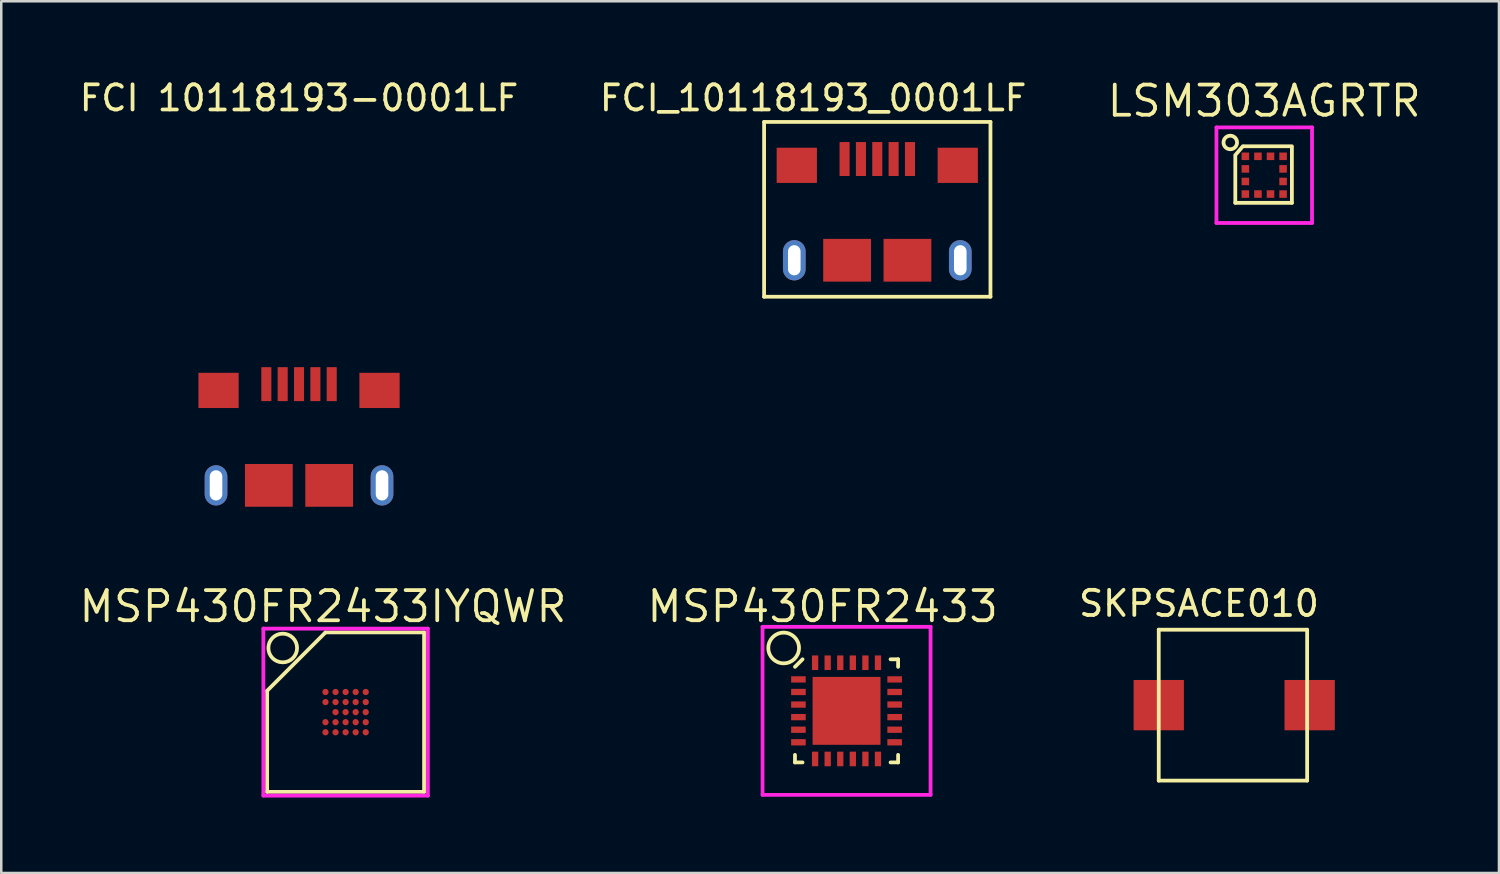
<source format=kicad_pcb>
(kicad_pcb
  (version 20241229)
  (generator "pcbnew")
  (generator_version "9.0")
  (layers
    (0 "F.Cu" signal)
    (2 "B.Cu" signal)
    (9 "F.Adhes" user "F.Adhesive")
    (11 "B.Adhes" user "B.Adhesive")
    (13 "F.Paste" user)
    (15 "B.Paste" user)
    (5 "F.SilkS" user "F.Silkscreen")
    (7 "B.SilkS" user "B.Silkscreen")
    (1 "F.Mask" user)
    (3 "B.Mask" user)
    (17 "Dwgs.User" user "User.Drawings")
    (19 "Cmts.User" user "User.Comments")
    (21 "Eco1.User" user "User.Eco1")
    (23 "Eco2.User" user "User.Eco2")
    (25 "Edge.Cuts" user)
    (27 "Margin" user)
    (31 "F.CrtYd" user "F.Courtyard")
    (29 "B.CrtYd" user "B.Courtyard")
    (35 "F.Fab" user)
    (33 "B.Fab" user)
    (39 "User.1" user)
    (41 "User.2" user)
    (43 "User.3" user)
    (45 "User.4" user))
  (footprint "FCI 10118193-0001LF"
    (layer "F.Cu")
    (at 8.839 16.248)
    (property "Reference" "FCI 10118193-0001LF" (at 0 -15.4 0) (layer "F.SilkS") (effects (font (size 1 1) (thickness 0.15))))
    (attr through_hole)
    (pad "1" smd rect (at -1.3 -4.025) (size 0.4 1.35) (layers "F.Cu" "F.Mask" "F.Paste"))
    (pad "2" smd rect (at -0.65 -4.025) (size 0.4 1.35) (layers "F.Cu" "F.Mask" "F.Paste"))
    (pad "3" smd rect (at 0 -4.025) (size 0.4 1.35) (layers "F.Cu" "F.Mask" "F.Paste"))
    (pad "4" smd rect (at 0.65 -4.025) (size 0.4 1.35) (layers "F.Cu" "F.Mask" "F.Paste"))
    (pad "5" smd rect (at 1.3 -4.025) (size 0.4 1.35) (layers "F.Cu" "F.Mask" "F.Paste"))
    (pad "6" thru_hole oval (at -3.3 0) (size 0.9 1.6) (drill oval 0.5 1.2) (layers "*.Cu" "*.Mask"))
    (pad "6" smd rect (at -3.2 -3.775) (size 1.6 1.4) (layers "F.Cu" "F.Mask" "F.Paste"))
    (pad "6" smd rect (at -1.2 0) (size 1.9 1.7) (layers "F.Cu" "F.Mask" "F.Paste"))
    (pad "6" smd rect (at 1.2 0) (size 1.9 1.7) (layers "F.Cu" "F.Mask" "F.Paste"))
    (pad "6" smd rect (at 3.2 -3.775) (size 1.6 1.4) (layers "F.Cu" "F.Mask" "F.Paste"))
    (pad "6" thru_hole oval (at 3.3 0) (size 0.9 1.6) (drill oval 0.5 1.2) (layers "*.Cu" "*.Mask")))
  (footprint "MSP430FR2433IYQWR"
    (layer "F.Cu")
    (at 10.691 25.264)
    (property "Reference" "MSP430FR2433IYQWR" (at -0.9 -4.2 0) (layer "F.SilkS") (effects (font (size 1.2 1.2) (thickness 0.15))))
    (attr through_hole)
    (fp_line (start -3.12 -0.85) (end -3.12 3.17) (stroke (width 0.15) (type solid)) (layer "F.SilkS"))
    (fp_line (start -3.12 3.17) (end 3.12 3.17) (stroke (width 0.15) (type solid)) (layer "F.SilkS"))
    (fp_line (start -0.8 -3.17) (end -3.12 -0.85) (stroke (width 0.15) (type solid)) (layer "F.SilkS"))
    (fp_line (start 3.12 -3.17) (end -0.8 -3.17) (stroke (width 0.15) (type solid)) (layer "F.SilkS"))
    (fp_line (start 3.12 3.17) (end 3.12 -3.17) (stroke (width 0.15) (type solid)) (layer "F.SilkS"))
    (fp_circle (center -2.5 -2.55) (end -2.15 -2.1) (stroke (width 0.15) (type solid)) (fill no) (layer "F.SilkS"))
    (fp_line (start -3.27 -3.32) (end 3.27 -3.32) (stroke (width 0.15) (type solid)) (layer "F.CrtYd"))
    (fp_line (start -3.27 3.32) (end -3.27 -3.32) (stroke (width 0.15) (type solid)) (layer "F.CrtYd"))
    (fp_line (start 3.27 -3.32) (end 3.27 3.32) (stroke (width 0.15) (type solid)) (layer "F.CrtYd"))
    (fp_line (start 3.27 3.32) (end -3.27 3.32) (stroke (width 0.15) (type solid)) (layer "F.CrtYd"))
    (pad "A1" smd circle (at -0.8 -0.8) (size 0.25 0.25) (layers "F.Cu" "F.Mask" "F.Paste"))
    (pad "A2" smd circle (at -0.4 -0.8) (size 0.25 0.25) (layers "F.Cu" "F.Mask" "F.Paste"))
    (pad "A3" smd circle (at 0 -0.8) (size 0.25 0.25) (layers "F.Cu" "F.Mask" "F.Paste"))
    (pad "A4" smd circle (at 0.4 -0.8) (size 0.25 0.25) (layers "F.Cu" "F.Mask" "F.Paste"))
    (pad "A5" smd circle (at 0.8 -0.8) (size 0.25 0.25) (layers "F.Cu" "F.Mask" "F.Paste"))
    (pad "B1" smd circle (at -0.8 -0.4) (size 0.25 0.25) (layers "F.Cu" "F.Mask" "F.Paste"))
    (pad "B2" smd circle (at -0.4 -0.4) (size 0.25 0.25) (layers "F.Cu" "F.Mask" "F.Paste"))
    (pad "B3" smd circle (at 0 -0.4) (size 0.25 0.25) (layers "F.Cu" "F.Mask" "F.Paste"))
    (pad "B4" smd circle (at 0.4 -0.4) (size 0.25 0.25) (layers "F.Cu" "F.Mask" "F.Paste"))
    (pad "B5" smd circle (at 0.8 -0.4) (size 0.25 0.25) (layers "F.Cu" "F.Mask" "F.Paste"))
    (pad "C2" smd circle (at -0.4 0) (size 0.25 0.25) (layers "F.Cu" "F.Mask" "F.Paste"))
    (pad "C3" smd circle (at 0 0) (size 0.25 0.25) (layers "F.Cu" "F.Mask" "F.Paste"))
    (pad "C4" smd circle (at 0.4 0) (size 0.25 0.25) (layers "F.Cu" "F.Mask" "F.Paste"))
    (pad "C5" smd circle (at 0.8 0) (size 0.25 0.25) (layers "F.Cu" "F.Mask" "F.Paste"))
    (pad "D1" smd circle (at -0.8 0.4) (size 0.25 0.25) (layers "F.Cu" "F.Mask" "F.Paste"))
    (pad "D2" smd circle (at -0.4 0.4) (size 0.25 0.25) (layers "F.Cu" "F.Mask" "F.Paste"))
    (pad "D3" smd circle (at 0 0.4) (size 0.25 0.25) (layers "F.Cu" "F.Mask" "F.Paste"))
    (pad "D4" smd circle (at 0.4 0.4) (size 0.25 0.25) (layers "F.Cu" "F.Mask" "F.Paste"))
    (pad "D5" smd circle (at 0.8 0.4) (size 0.25 0.25) (layers "F.Cu" "F.Mask" "F.Paste"))
    (pad "E1" smd circle (at -0.8 0.8) (size 0.25 0.25) (layers "F.Cu" "F.Mask" "F.Paste"))
    (pad "E2" smd circle (at -0.4 0.8) (size 0.25 0.25) (layers "F.Cu" "F.Mask" "F.Paste"))
    (pad "E3" smd circle (at 0 0.8) (size 0.25 0.25) (layers "F.Cu" "F.Mask" "F.Paste"))
    (pad "E4" smd circle (at 0.4 0.8) (size 0.25 0.25) (layers "F.Cu" "F.Mask" "F.Paste"))
    (pad "E5" smd circle (at 0.8 0.8) (size 0.25 0.25) (layers "F.Cu" "F.Mask" "F.Paste")))
  (footprint "SKPSACE010"
    (layer "F.Cu")
    (at 46.021 24.986)
    (property "Reference" "SKPSACE010" (at -1.4 -4.04 0) (layer "F.SilkS") (effects (font (size 1 1) (thickness 0.15))))
    (attr through_hole)
    (fp_line (start -3 -3) (end 2.9 -3) (stroke (width 0.15) (type solid)) (layer "F.SilkS"))
    (fp_line (start -3 3) (end -3 -3) (stroke (width 0.15) (type solid)) (layer "F.SilkS"))
    (fp_line (start -3 3) (end 2.9 3) (stroke (width 0.15) (type solid)) (layer "F.SilkS"))
    (fp_line (start 2.9 3) (end 2.9 -3) (stroke (width 0.15) (type solid)) (layer "F.SilkS"))
    (pad "1" smd rect (at 3 0) (size 2 2) (layers "F.Cu" "F.Mask" "F.Paste"))
    (pad "2" smd rect (at -3 0) (size 2 2) (layers "F.Cu" "F.Mask" "F.Paste")))
  (footprint "MSP430FR2433"
    (layer "F.Cu")
    (at 30.608 25.213)
    (property "Reference" "MSP430FR2433" (at -0.95 -4.15 0) (layer "F.SilkS") (effects (font (size 1.2 1.2) (thickness 0.15))))
    (attr through_hole)
    (fp_line (start -2.05 -1.75) (end -1.75 -2.05) (stroke (width 0.15) (type solid)) (layer "F.SilkS"))
    (fp_line (start -2.05 2.05) (end -2.05 1.75) (stroke (width 0.15) (type solid)) (layer "F.SilkS"))
    (fp_line (start -1.75 2.05) (end -2.05 2.05) (stroke (width 0.15) (type solid)) (layer "F.SilkS"))
    (fp_line (start 1.75 -2.05) (end 2.05 -2.05) (stroke (width 0.15) (type solid)) (layer "F.SilkS"))
    (fp_line (start 1.75 2.05) (end 2.05 2.05) (stroke (width 0.15) (type solid)) (layer "F.SilkS"))
    (fp_line (start 2.05 -2.05) (end 2.05 -1.75) (stroke (width 0.15) (type solid)) (layer "F.SilkS"))
    (fp_line (start 2.05 2.05) (end 2.05 1.75) (stroke (width 0.15) (type solid)) (layer "F.SilkS"))
    (fp_circle (center -2.5 -2.5) (end -2.15 -2) (stroke (width 0.15) (type solid)) (fill no) (layer "F.SilkS"))
    (fp_line (start -3.34 -3.34) (end 3.34 -3.34) (stroke (width 0.15) (type solid)) (layer "F.CrtYd"))
    (fp_line (start -3.34 3.34) (end -3.34 -3.34) (stroke (width 0.15) (type solid)) (layer "F.CrtYd"))
    (fp_line (start 3.34 -3.34) (end 3.34 3.34) (stroke (width 0.15) (type solid)) (layer "F.CrtYd"))
    (fp_line (start 3.34 3.34) (end -3.34 3.34) (stroke (width 0.15) (type solid)) (layer "F.CrtYd"))
    (pad "" smd rect (at 0 0) (size 2.7 2.7) (layers "F.Cu" "F.Mask" "F.Paste"))
    (pad "1" smd rect (at -1.913 -1.25 90) (size 0.25 0.58) (layers "F.Cu" "F.Mask" "F.Paste"))
    (pad "2" smd rect (at -1.913 -0.75 90) (size 0.25 0.58) (layers "F.Cu" "F.Mask" "F.Paste"))
    (pad "3" smd rect (at -1.913 -0.25 90) (size 0.25 0.58) (layers "F.Cu" "F.Mask" "F.Paste"))
    (pad "4" smd rect (at -1.913 0.25 90) (size 0.25 0.58) (layers "F.Cu" "F.Mask" "F.Paste"))
    (pad "5" smd rect (at -1.913 0.75 90) (size 0.25 0.58) (layers "F.Cu" "F.Mask" "F.Paste"))
    (pad "6" smd rect (at -1.913 1.25 90) (size 0.25 0.58) (layers "F.Cu" "F.Mask" "F.Paste"))
    (pad "7" smd rect (at -1.25 1.913) (size 0.25 0.58) (layers "F.Cu" "F.Mask" "F.Paste"))
    (pad "8" smd rect (at -0.75 1.913) (size 0.25 0.58) (layers "F.Cu" "F.Mask" "F.Paste"))
    (pad "9" smd rect (at -0.25 1.913) (size 0.25 0.58) (layers "F.Cu" "F.Mask" "F.Paste"))
    (pad "10" smd rect (at 0.25 1.913) (size 0.25 0.58) (layers "F.Cu" "F.Mask" "F.Paste"))
    (pad "11" smd rect (at 0.75 1.913) (size 0.25 0.58) (layers "F.Cu" "F.Mask" "F.Paste"))
    (pad "12" smd rect (at 1.25 1.913) (size 0.25 0.58) (layers "F.Cu" "F.Mask" "F.Paste"))
    (pad "13" smd rect (at 1.913 1.25 90) (size 0.25 0.58) (layers "F.Cu" "F.Mask" "F.Paste"))
    (pad "14" smd rect (at 1.913 0.75 90) (size 0.25 0.58) (layers "F.Cu" "F.Mask" "F.Paste"))
    (pad "15" smd rect (at 1.913 0.25 90) (size 0.25 0.58) (layers "F.Cu" "F.Mask" "F.Paste"))
    (pad "16" smd rect (at 1.913 -0.25 90) (size 0.25 0.58) (layers "F.Cu" "F.Mask" "F.Paste"))
    (pad "17" smd rect (at 1.913 -0.75 90) (size 0.25 0.58) (layers "F.Cu" "F.Mask" "F.Paste"))
    (pad "18" smd rect (at 1.913 -1.25 90) (size 0.25 0.58) (layers "F.Cu" "F.Mask" "F.Paste"))
    (pad "19" smd rect (at 1.25 -1.913) (size 0.25 0.58) (layers "F.Cu" "F.Mask" "F.Paste"))
    (pad "20" smd rect (at 0.75 -1.913) (size 0.25 0.58) (layers "F.Cu" "F.Mask" "F.Paste"))
    (pad "21" smd rect (at 0.25 -1.913) (size 0.25 0.58) (layers "F.Cu" "F.Mask" "F.Paste"))
    (pad "22" smd rect (at -0.25 -1.913) (size 0.25 0.58) (layers "F.Cu" "F.Mask" "F.Paste"))
    (pad "23" smd rect (at -0.75 -1.913) (size 0.25 0.58) (layers "F.Cu" "F.Mask" "F.Paste"))
    (pad "24" smd rect (at -1.25 -1.913) (size 0.25 0.58) (layers "F.Cu" "F.Mask" "F.Paste")))
  (footprint "LSM303AGRTR"
    (layer "F.Cu")
    (at 47.215 3.915)
    (property "Reference" "LSM303AGRTR" (at 0 -2.95 0) (layer "F.SilkS") (effects (font (size 1.2 1.2) (thickness 0.15))))
    (attr through_hole)
    (fp_line (start -1.15 -0.75) (end -1.15 1.1) (stroke (width 0.15) (type solid)) (layer "F.SilkS"))
    (fp_line (start -1.15 1.1) (end 1.1 1.1) (stroke (width 0.15) (type solid)) (layer "F.SilkS"))
    (fp_line (start -0.85 -1.15) (end -1.15 -0.8) (stroke (width 0.15) (type solid)) (layer "F.SilkS"))
    (fp_line (start 1.1 -1.15) (end -0.8 -1.15) (stroke (width 0.15) (type solid)) (layer "F.SilkS"))
    (fp_line (start 1.1 1.1) (end 1.1 -1.1) (stroke (width 0.15) (type solid)) (layer "F.SilkS"))
    (fp_circle (center -1.35 -1.3) (end -1.1 -1.2) (stroke (width 0.15) (type solid)) (fill no) (layer "F.SilkS"))
    (fp_line (start -1.9 -1.9) (end 1.9 -1.9) (stroke (width 0.15) (type solid)) (layer "F.CrtYd"))
    (fp_line (start -1.9 1.9) (end -1.9 -1.9) (stroke (width 0.15) (type solid)) (layer "F.CrtYd"))
    (fp_line (start 1.9 -1.9) (end 1.9 1.9) (stroke (width 0.15) (type solid)) (layer "F.CrtYd"))
    (fp_line (start 1.9 1.9) (end -1.9 1.9) (stroke (width 0.15) (type solid)) (layer "F.CrtYd"))
    (pad "1" smd rect (at -0.75 -0.75) (size 0.3 0.3) (layers "F.Cu" "F.Mask" "F.Paste"))
    (pad "2" smd rect (at -0.75 -0.25) (size 0.3 0.3) (layers "F.Cu" "F.Mask" "F.Paste"))
    (pad "3" smd rect (at -0.75 0.25) (size 0.3 0.3) (layers "F.Cu" "F.Mask" "F.Paste"))
    (pad "4" smd rect (at -0.75 0.75) (size 0.3 0.3) (layers "F.Cu" "F.Mask" "F.Paste"))
    (pad "5" smd rect (at -0.25 0.75) (size 0.3 0.3) (layers "F.Cu" "F.Mask" "F.Paste"))
    (pad "6" smd rect (at 0.25 0.75) (size 0.3 0.3) (layers "F.Cu" "F.Mask" "F.Paste"))
    (pad "7" smd rect (at 0.75 0.75) (size 0.3 0.3) (layers "F.Cu" "F.Mask" "F.Paste"))
    (pad "8" smd rect (at 0.75 0.25) (size 0.3 0.3) (layers "F.Cu" "F.Mask" "F.Paste"))
    (pad "9" smd rect (at 0.75 -0.25) (size 0.3 0.3) (layers "F.Cu" "F.Mask" "F.Paste"))
    (pad "10" smd rect (at 0.75 -0.75) (size 0.3 0.3) (layers "F.Cu" "F.Mask" "F.Paste"))
    (pad "11" smd rect (at 0.25 -0.75) (size 0.3 0.3) (layers "F.Cu" "F.Mask" "F.Paste"))
    (pad "12" smd rect (at -0.25 -0.75) (size 0.3 0.3) (layers "F.Cu" "F.Mask" "F.Paste")))
  (footprint "FCI_10118193_0001LF"
    (layer "F.Cu")
    (at 31.83 7.298)
    (property "Reference" "FCI_10118193_0001LF" (at -2.55 -6.45 0) (layer "F.SilkS") (effects (font (size 1 1) (thickness 0.15))))
    (attr through_hole)
    (fp_line (start -4.5 -5.5) (end -4.5 1.45) (stroke (width 0.15) (type solid)) (layer "F.SilkS"))
    (fp_line (start -4.5 1.45) (end 4.5 1.45) (stroke (width 0.15) (type solid)) (layer "F.SilkS"))
    (fp_line (start 4.5 -5.5) (end -4.5 -5.5) (stroke (width 0.15) (type solid)) (layer "F.SilkS"))
    (fp_line (start 4.5 1.45) (end 4.5 -5.5) (stroke (width 0.15) (type solid)) (layer "F.SilkS"))
    (pad "1" smd rect (at -1.3 -4.025) (size 0.4 1.35) (layers "F.Cu" "F.Mask" "F.Paste"))
    (pad "2" smd rect (at -0.65 -4.025) (size 0.4 1.35) (layers "F.Cu" "F.Mask" "F.Paste"))
    (pad "3" smd rect (at 0 -4.025) (size 0.4 1.35) (layers "F.Cu" "F.Mask" "F.Paste"))
    (pad "4" smd rect (at 0.65 -4.025) (size 0.4 1.35) (layers "F.Cu" "F.Mask" "F.Paste"))
    (pad "5" smd rect (at 1.3 -4.025) (size 0.4 1.35) (layers "F.Cu" "F.Mask" "F.Paste"))
    (pad "6" thru_hole oval (at -3.3 0) (size 0.9 1.6) (drill oval 0.5 1.2) (layers "*.Cu" "*.Mask"))
    (pad "6" smd rect (at -3.2 -3.775) (size 1.6 1.4) (layers "F.Cu" "F.Mask" "F.Paste"))
    (pad "6" smd rect (at -1.2 0) (size 1.9 1.7) (layers "F.Cu" "F.Mask" "F.Paste"))
    (pad "6" smd rect (at 1.2 0) (size 1.9 1.7) (layers "F.Cu" "F.Mask" "F.Paste"))
    (pad "6" smd rect (at 3.2 -3.775) (size 1.6 1.4) (layers "F.Cu" "F.Mask" "F.Paste"))
    (pad "6" thru_hole oval (at 3.3 0) (size 0.9 1.6) (drill oval 0.5 1.2) (layers "*.Cu" "*.Mask")))
  (gr_rect
    (start -3 -3)
    (end 56.548 31.659)
    (stroke (width 0.1) (type default))
    (fill no)
    (layer "Edge.Cuts")))
</source>
